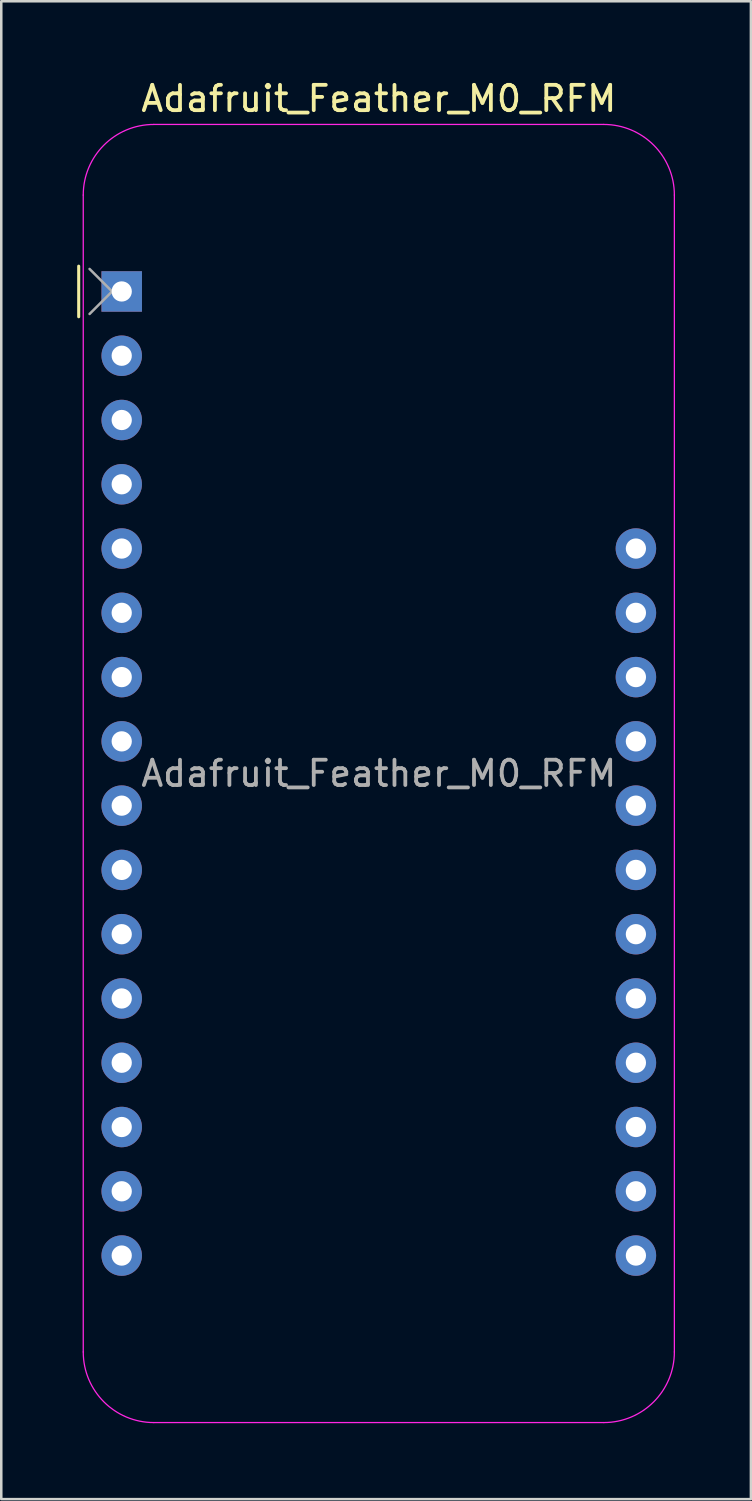
<source format=kicad_pcb>
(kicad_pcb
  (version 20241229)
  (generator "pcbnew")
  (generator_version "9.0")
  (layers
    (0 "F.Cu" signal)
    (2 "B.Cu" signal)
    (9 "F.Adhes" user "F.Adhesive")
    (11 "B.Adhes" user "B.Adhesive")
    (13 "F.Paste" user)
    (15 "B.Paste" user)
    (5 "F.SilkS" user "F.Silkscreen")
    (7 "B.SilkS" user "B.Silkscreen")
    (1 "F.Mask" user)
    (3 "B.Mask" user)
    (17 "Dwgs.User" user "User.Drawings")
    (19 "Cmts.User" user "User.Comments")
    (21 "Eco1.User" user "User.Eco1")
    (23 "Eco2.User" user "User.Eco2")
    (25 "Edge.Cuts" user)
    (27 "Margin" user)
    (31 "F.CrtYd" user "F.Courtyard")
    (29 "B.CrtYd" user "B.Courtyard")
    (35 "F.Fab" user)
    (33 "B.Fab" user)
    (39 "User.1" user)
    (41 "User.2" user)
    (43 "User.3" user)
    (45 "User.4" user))
  (footprint "Adafruit_Feather_M0_RFM"
    (layer "F.Cu")
    (at 1.76 8.468)
    (property "Reference" "Adafruit_Feather_M0_RFM" (at 10.16 -7.62 0) (layer "F.SilkS") (effects (font (size 1 1) (thickness 0.15))))
    (attr through_hole)
    (fp_line (start -1.7 1) (end -1.7 -1) (stroke (width 0.12) (type solid)) (layer "F.SilkS"))
    (fp_line (start -1.52 41.91) (end -1.52 -3.81) (stroke (width 0.05) (type solid)) (layer "F.CrtYd"))
    (fp_line (start 19.05 -6.6) (end 1.27 -6.6) (stroke (width 0.05) (type solid)) (layer "F.CrtYd"))
    (fp_line (start 19.05 44.7) (end 1.27 44.7) (stroke (width 0.05) (type solid)) (layer "F.CrtYd"))
    (fp_line (start 21.84 41.91) (end 21.84 -3.81) (stroke (width 0.05) (type solid)) (layer "F.CrtYd"))
    (fp_arc (start -1.52 -3.81) (mid -0.702828 -5.782828) (end 1.27 -6.6) (stroke (width 0.05) (type solid)) (layer "F.CrtYd"))
    (fp_arc (start 1.27 44.7) (mid -0.702828 43.882828) (end -1.52 41.91) (stroke (width 0.05) (type solid)) (layer "F.CrtYd"))
    (fp_arc (start 19.05 -6.6) (mid 21.022828 -5.782828) (end 21.84 -3.81) (stroke (width 0.05) (type solid)) (layer "F.CrtYd"))
    (fp_arc (start 21.84 41.91) (mid 21.022828 43.882828) (end 19.05 44.7) (stroke (width 0.05) (type solid)) (layer "F.CrtYd"))
    (fp_line (start -1.27 -0.889) (end -0.381 0) (stroke (width 0.1) (type solid)) (layer "F.Fab"))
    (fp_line (start -0.381 0) (end -1.27 0.889) (stroke (width 0.1) (type solid)) (layer "F.Fab"))
    (fp_text user "${REFERENCE}" (at 10.16 19.05 180) (layer "F.Fab") (effects (font (size 1 1) (thickness 0.15))))
    (pad "1" thru_hole rect (at 0 0 180) (size 1.6 1.6) (drill 0.8) (layers "*.Cu" "*.Mask"))
    (pad "2" thru_hole circle (at 0 2.54 180) (size 1.6 1.6) (drill 0.8) (layers "*.Cu" "*.Mask"))
    (pad "3" thru_hole circle (at 0 5.08 180) (size 1.6 1.6) (drill 0.8) (layers "*.Cu" "*.Mask"))
    (pad "4" thru_hole circle (at 0 7.62 180) (size 1.6 1.6) (drill 0.8) (layers "*.Cu" "*.Mask"))
    (pad "5" thru_hole circle (at 0 10.16 180) (size 1.6 1.6) (drill 0.8) (layers "*.Cu" "*.Mask"))
    (pad "6" thru_hole circle (at 0 12.7 180) (size 1.6 1.6) (drill 0.8) (layers "*.Cu" "*.Mask"))
    (pad "7" thru_hole circle (at 0 15.24 180) (size 1.6 1.6) (drill 0.8) (layers "*.Cu" "*.Mask"))
    (pad "8" thru_hole circle (at 0 17.78 180) (size 1.6 1.6) (drill 0.8) (layers "*.Cu" "*.Mask"))
    (pad "9" thru_hole circle (at 0 20.32 180) (size 1.6 1.6) (drill 0.8) (layers "*.Cu" "*.Mask"))
    (pad "10" thru_hole circle (at 0 22.86 180) (size 1.6 1.6) (drill 0.8) (layers "*.Cu" "*.Mask"))
    (pad "11" thru_hole circle (at 0 25.4 180) (size 1.6 1.6) (drill 0.8) (layers "*.Cu" "*.Mask"))
    (pad "12" thru_hole circle (at 0 27.94 180) (size 1.6 1.6) (drill 0.8) (layers "*.Cu" "*.Mask"))
    (pad "13" thru_hole circle (at 0 30.48 180) (size 1.6 1.6) (drill 0.8) (layers "*.Cu" "*.Mask"))
    (pad "14" thru_hole circle (at 0 33.02 180) (size 1.6 1.6) (drill 0.8) (layers "*.Cu" "*.Mask"))
    (pad "15" thru_hole circle (at 0 35.56 180) (size 1.6 1.6) (drill 0.8) (layers "*.Cu" "*.Mask"))
    (pad "16" thru_hole circle (at 0 38.1 180) (size 1.6 1.6) (drill 0.8) (layers "*.Cu" "*.Mask"))
    (pad "17" thru_hole circle (at 20.32 38.1 180) (size 1.6 1.6) (drill 0.8) (layers "*.Cu" "*.Mask"))
    (pad "18" thru_hole circle (at 20.32 35.56 180) (size 1.6 1.6) (drill 0.8) (layers "*.Cu" "*.Mask"))
    (pad "19" thru_hole circle (at 20.32 33.02 180) (size 1.6 1.6) (drill 0.8) (layers "*.Cu" "*.Mask"))
    (pad "20" thru_hole circle (at 20.32 30.48 180) (size 1.6 1.6) (drill 0.8) (layers "*.Cu" "*.Mask"))
    (pad "21" thru_hole circle (at 20.32 27.94 180) (size 1.6 1.6) (drill 0.8) (layers "*.Cu" "*.Mask"))
    (pad "22" thru_hole circle (at 20.32 25.4 180) (size 1.6 1.6) (drill 0.8) (layers "*.Cu" "*.Mask"))
    (pad "23" thru_hole circle (at 20.32 22.86 180) (size 1.6 1.6) (drill 0.8) (layers "*.Cu" "*.Mask"))
    (pad "24" thru_hole circle (at 20.32 20.32 180) (size 1.6 1.6) (drill 0.8) (layers "*.Cu" "*.Mask"))
    (pad "25" thru_hole circle (at 20.32 17.78 180) (size 1.6 1.6) (drill 0.8) (layers "*.Cu" "*.Mask"))
    (pad "26" thru_hole circle (at 20.32 15.24 180) (size 1.6 1.6) (drill 0.8) (layers "*.Cu" "*.Mask"))
    (pad "27" thru_hole circle (at 20.32 12.7 180) (size 1.6 1.6) (drill 0.8) (layers "*.Cu" "*.Mask"))
    (pad "28" thru_hole circle (at 20.32 10.16 180) (size 1.6 1.6) (drill 0.8) (layers "*.Cu" "*.Mask")))
  (gr_rect
    (start -3 -3)
    (end 26.625 56.193)
    (stroke (width 0.1) (type default))
    (fill no)
    (layer "Edge.Cuts")))
</source>
